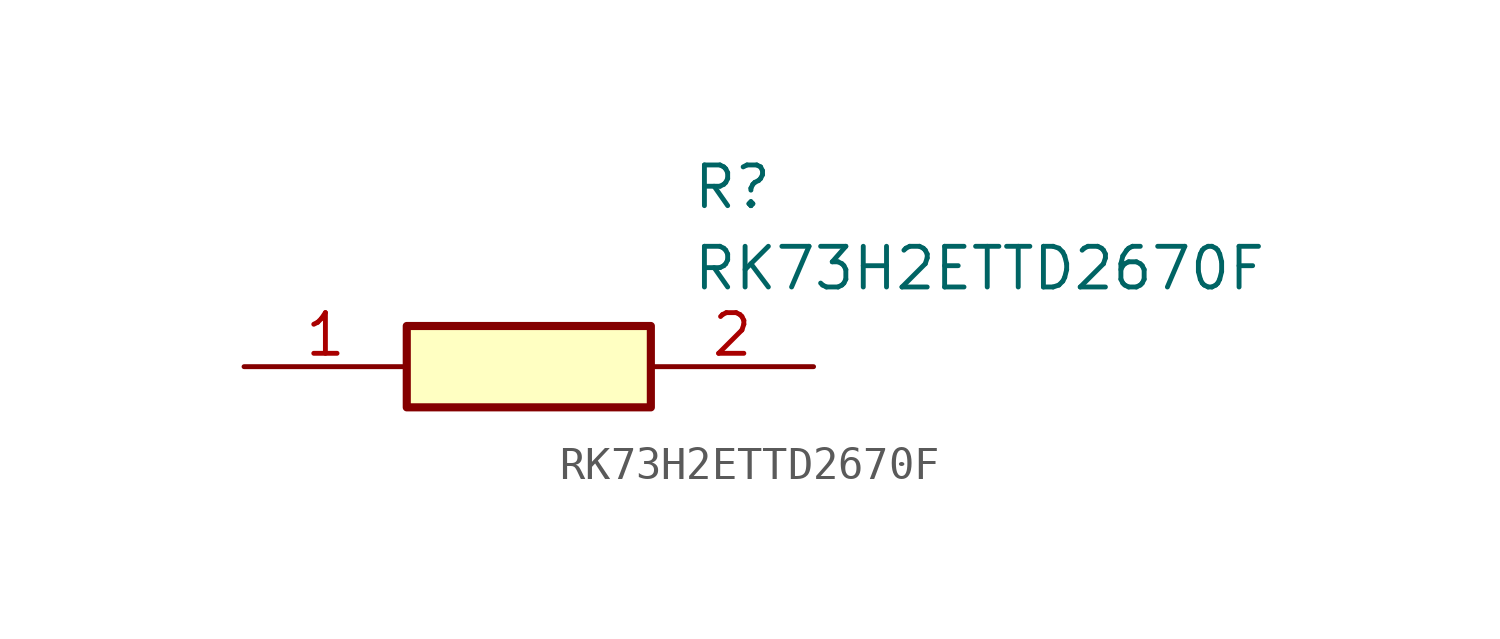
<source format=kicad_sym>
(kicad_symbol_lib
  (version 20211014)
  (generator SamacSys_ECAD_Model)
  (symbol "RK73H2ETTD2670F"
    (pin_names hide)
    (property "Reference" "R"
      (at 13.97 6.35 0)
      (effects (font (size 1.27 1.27)) (justify left top)))
    (property "Value" "RK73H2ETTD2670F"
      (at 13.97 3.81 0)
      (effects (font (size 1.27 1.27)) (justify left top)))
    (rectangle
      (start 5.08 1.27)
      (end 12.7 -1.27)
      (stroke (width 0.254) (type default))
      (fill (type background)))
    (pin passive line
      (at 0 0 0)
      (length 5.08)
      (name "1" (effects (font (size 1.27 1.27))))
      (number "1" (effects (font (size 1.27 1.27)))))
    (pin passive line
      (at 17.78 0 180)
      (length 5.08)
      (name "2" (effects (font (size 1.27 1.27))))
      (number "2" (effects (font (size 1.27 1.27)))))))
</source>
